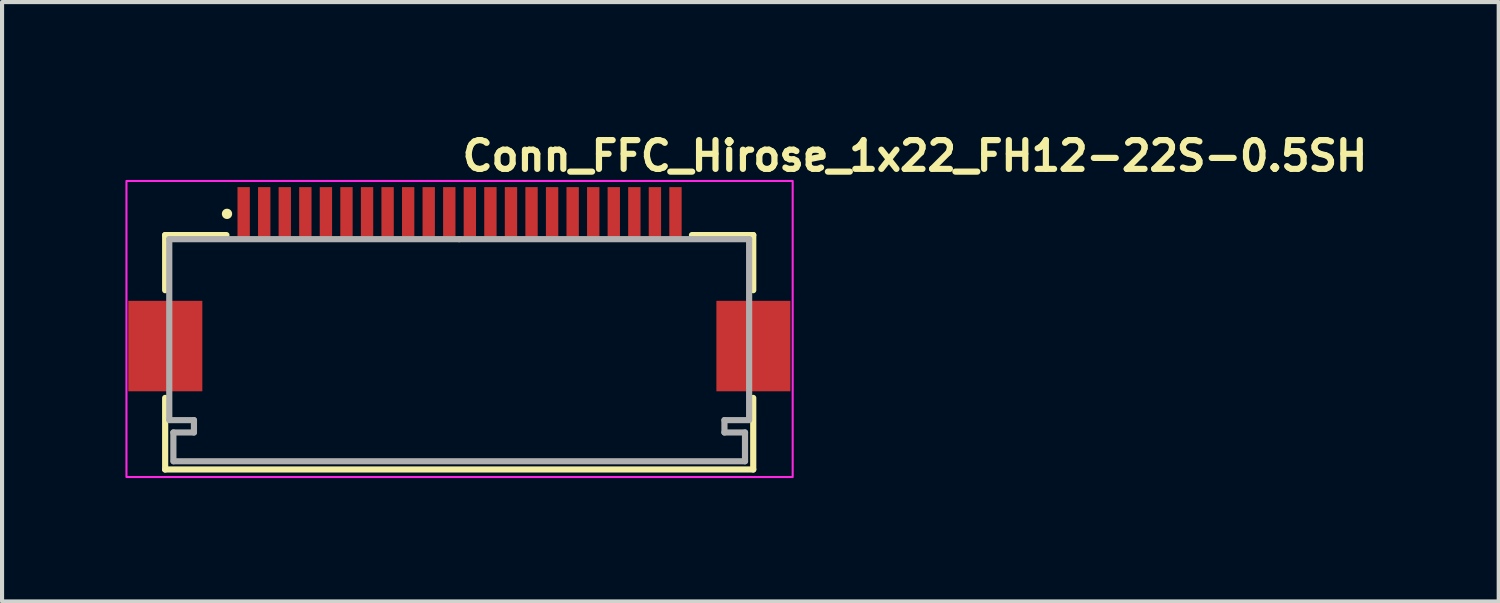
<source format=kicad_pcb>
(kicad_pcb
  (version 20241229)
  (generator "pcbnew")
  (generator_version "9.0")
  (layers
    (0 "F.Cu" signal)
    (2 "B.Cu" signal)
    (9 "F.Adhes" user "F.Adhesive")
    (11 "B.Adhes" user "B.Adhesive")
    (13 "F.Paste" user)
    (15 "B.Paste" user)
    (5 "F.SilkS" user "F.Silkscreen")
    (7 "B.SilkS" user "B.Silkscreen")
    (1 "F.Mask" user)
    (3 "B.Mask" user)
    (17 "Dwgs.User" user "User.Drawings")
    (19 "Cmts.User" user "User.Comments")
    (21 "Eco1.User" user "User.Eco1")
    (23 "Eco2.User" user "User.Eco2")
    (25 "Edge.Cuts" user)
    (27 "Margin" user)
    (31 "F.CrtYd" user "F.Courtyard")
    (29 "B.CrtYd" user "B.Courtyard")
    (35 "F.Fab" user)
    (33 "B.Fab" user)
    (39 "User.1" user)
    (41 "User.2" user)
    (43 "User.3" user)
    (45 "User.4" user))
  (footprint "Conn_FFC_Hirose_1x22_FH12-22S-0.5SH"
    (layer "F.Cu")
    (at 8.125 4.95)
    (property "Reference" "Conn_FFC_Hirose_1x22_FH12-22S-0.5SH" (at -0.009 -3.8 180) (layer "F.SilkS") (effects (font (size 0.7 0.7) (thickness 0.15)) (justify left bottom)))
    (attr smd)
    (fp_line (start -7.159 -2.284) (end -7.159 -0.944) (stroke (width 0.15) (type solid)) (layer "F.SilkS"))
    (fp_line (start -7.159 1.676) (end -7.159 3.416) (stroke (width 0.15) (type solid)) (layer "F.SilkS"))
    (fp_line (start -7.159 3.416) (end 7.141 3.416) (stroke (width 0.15) (type solid)) (layer "F.SilkS"))
    (fp_line (start -5.669 -2.284) (end -7.159 -2.284) (stroke (width 0.15) (type solid)) (layer "F.SilkS"))
    (fp_line (start 5.651 -2.284) (end 7.141 -2.284) (stroke (width 0.15) (type solid)) (layer "F.SilkS"))
    (fp_line (start 7.141 -2.284) (end 7.141 -0.944) (stroke (width 0.15) (type solid)) (layer "F.SilkS"))
    (fp_line (start 7.141 3.416) (end 7.141 1.676) (stroke (width 0.15) (type solid)) (layer "F.SilkS"))
    (fp_circle (center -5.655 -2.8) (end -5.605 -2.8) (stroke (width 0.15) (type solid)) (fill yes) (layer "F.SilkS"))
    (fp_rect (start -8.1 -3.6) (end 8.1 3.6) (stroke (width 0.05) (type solid)) (fill no) (layer "F.CrtYd"))
    (fp_line (start -7.059 -2.184) (end -7.059 2.2) (stroke (width 0.15) (type solid)) (layer "F.Fab"))
    (fp_line (start -7.059 2.216) (end -6.459 2.216) (stroke (width 0.15) (type solid)) (layer "F.Fab"))
    (fp_line (start -6.959 2.516) (end -6.959 3.216) (stroke (width 0.15) (type solid)) (layer "F.Fab"))
    (fp_line (start -6.459 2.216) (end -6.459 2.516) (stroke (width 0.15) (type solid)) (layer "F.Fab"))
    (fp_line (start -6.459 2.516) (end -6.959 2.516) (stroke (width 0.15) (type solid)) (layer "F.Fab"))
    (fp_line (start -0.009 -2.184) (end -7.059 -2.184) (stroke (width 0.15) (type solid)) (layer "F.Fab"))
    (fp_line (start -0.009 -2.184) (end 7.041 -2.184) (stroke (width 0.15) (type solid)) (layer "F.Fab"))
    (fp_line (start 6.441 2.216) (end 6.441 2.516) (stroke (width 0.15) (type solid)) (layer "F.Fab"))
    (fp_line (start 6.441 2.516) (end 6.941 2.516) (stroke (width 0.15) (type solid)) (layer "F.Fab"))
    (fp_line (start 6.941 2.516) (end 6.941 3.216) (stroke (width 0.15) (type solid)) (layer "F.Fab"))
    (fp_line (start 6.941 3.216) (end -6.95 3.216) (stroke (width 0.15) (type solid)) (layer "F.Fab"))
    (fp_line (start 7.041 -2.184) (end 7.041 2.2) (stroke (width 0.15) (type solid)) (layer "F.Fab"))
    (fp_line (start 7.041 2.216) (end 6.441 2.216) (stroke (width 0.15) (type solid)) (layer "F.Fab"))
    (fp_rect (start -7.55 -3.2) (end 7.55 3.2) (stroke (width 0.1) (type solid)) (fill no) (layer "User.5"))
    (fp_line (start -7.55 0.8) (end -7.55 -0.4) (stroke (width 0.02) (type solid)) (layer "User.9"))
    (fp_line (start -7.3 -0.4) (end -7.55 -0.4) (stroke (width 0.02) (type solid)) (layer "User.9"))
    (fp_line (start -7.3 -0.4) (end -6.7 -0.4) (stroke (width 0.02) (type solid)) (layer "User.9"))
    (fp_line (start -7.3 0.8) (end -7.55 0.8) (stroke (width 0.02) (type solid)) (layer "User.9"))
    (fp_line (start -7.3 0.8) (end -6.7 0.8) (stroke (width 0.02) (type solid)) (layer "User.9"))
    (fp_line (start -7.05 -2.4) (end -7.05 -0.5) (stroke (width 0.02) (type solid)) (layer "User.9"))
    (fp_line (start -7.05 -2.4) (end -5.85 -2.4) (stroke (width 0.02) (type solid)) (layer "User.9"))
    (fp_line (start -7.05 -0.4) (end -7.05 -0.5) (stroke (width 0.02) (type solid)) (layer "User.9"))
    (fp_line (start -7.05 2.2) (end -7.05 0.8) (stroke (width 0.02) (type solid)) (layer "User.9"))
    (fp_line (start -7.05 2.2) (end -6.65 2.2) (stroke (width 0.02) (type solid)) (layer "User.9"))
    (fp_line (start -6.85 3.2) (end -6.85 2.5) (stroke (width 0.02) (type solid)) (layer "User.9"))
    (fp_line (start -6.65 -0.5) (end -7.05 -0.5) (stroke (width 0.02) (type solid)) (layer "User.9"))
    (fp_line (start -6.65 -0.4) (end -6.65 -0.5) (stroke (width 0.02) (type solid)) (layer "User.9"))
    (fp_line (start -6.65 2.2) (end -6.65 0.8) (stroke (width 0.02) (type solid)) (layer "User.9"))
    (fp_line (start -6.65 2.2) (end -5.85 2.2) (stroke (width 0.02) (type solid)) (layer "User.9"))
    (fp_line (start -6.47 -0.4) (end -6.7 -0.4) (stroke (width 0.02) (type solid)) (layer "User.9"))
    (fp_line (start -6.47 0.8) (end -6.7 0.8) (stroke (width 0.02) (type solid)) (layer "User.9"))
    (fp_line (start -6.47 0.8) (end -6.47 -0.4) (stroke (width 0.02) (type solid)) (layer "User.9"))
    (fp_line (start -6.45 2.2) (end -6.45 2.3) (stroke (width 0.02) (type solid)) (layer "User.9"))
    (fp_line (start -6.45 2.3) (end -5.785 2.3) (stroke (width 0.02) (type solid)) (layer "User.9"))
    (fp_line (start -6.45 2.5) (end -6.45 2.3) (stroke (width 0.02) (type solid)) (layer "User.9"))
    (fp_line (start -5.85 -2.4) (end -5.45 -2.4) (stroke (width 0.02) (type solid)) (layer "User.9"))
    (fp_line (start -5.85 2.2) (end -5.85 -2.4) (stroke (width 0.02) (type solid)) (layer "User.9"))
    (fp_line (start -5.785 2.3) (end -5.785 2.5) (stroke (width 0.02) (type solid)) (layer "User.9"))
    (fp_line (start -5.785 2.5) (end -6.85 2.5) (stroke (width 0.02) (type solid)) (layer "User.9"))
    (fp_line (start -5.785 3.2) (end -6.85 3.2) (stroke (width 0.02) (type solid)) (layer "User.9"))
    (fp_line (start -5.785 3.2) (end -5.785 2.5) (stroke (width 0.02) (type solid)) (layer "User.9"))
    (fp_line (start -5.672 2.3) (end -5.785 2.3) (stroke (width 0.02) (type solid)) (layer "User.9"))
    (fp_line (start -5.672 2.3) (end -5.672 2.2) (stroke (width 0.02) (type solid)) (layer "User.9"))
    (fp_line (start -5.45 -2.4) (end -5.35 -2.205) (stroke (width 0.02) (type solid)) (layer "User.9"))
    (fp_line (start -5.35 -3.1) (end -5.35 -3.2) (stroke (width 0.02) (type solid)) (layer "User.9"))
    (fp_line (start -5.35 -2.8) (end -5.35 -3.1) (stroke (width 0.02) (type solid)) (layer "User.9"))
    (fp_line (start -5.35 -2.709) (end -5.35 -2.8) (stroke (width 0.02) (type solid)) (layer "User.9"))
    (fp_line (start -5.35 -2.6) (end -5.35 -2.709) (stroke (width 0.02) (type solid)) (layer "User.9"))
    (fp_line (start -5.35 -2.4) (end -5.35 -2.6) (stroke (width 0.02) (type solid)) (layer "User.9"))
    (fp_line (start -5.35 -2.205) (end -5.35 -2.4) (stroke (width 0.02) (type solid)) (layer "User.9"))
    (fp_line (start -5.35 -2.2) (end -5.35 -2.205) (stroke (width 0.02) (type solid)) (layer "User.9"))
    (fp_line (start -5.35 -2.2) (end 5.348 -2.2) (stroke (width 0.02) (type solid)) (layer "User.9"))
    (fp_line (start -5.35 2.2) (end -5.35 3.2) (stroke (width 0.02) (type solid)) (layer "User.9"))
    (fp_line (start -5.35 3.2) (end -5.785 3.2) (stroke (width 0.02) (type solid)) (layer "User.9"))
    (fp_line (start -5.15 -3.2) (end -5.35 -3.2) (stroke (width 0.02) (type solid)) (layer "User.9"))
    (fp_line (start -5.15 -3.1) (end -5.15 -3.2) (stroke (width 0.02) (type solid)) (layer "User.9"))
    (fp_line (start -5.15 -3.1) (end -5.15 -2.8) (stroke (width 0.02) (type solid)) (layer "User.9"))
    (fp_line (start -5.15 -2.709) (end -5.15 -2.8) (stroke (width 0.02) (type solid)) (layer "User.9"))
    (fp_line (start -5.15 -2.709) (end -5.15 -2.6) (stroke (width 0.02) (type solid)) (layer "User.9"))
    (fp_line (start -5.15 -2.6) (end -5.35 -2.6) (stroke (width 0.02) (type solid)) (layer "User.9"))
    (fp_line (start -5.15 -2.6) (end -5.15 -2.4) (stroke (width 0.02) (type solid)) (layer "User.9"))
    (fp_line (start -5.15 -2.4) (end -5.35 -2.4) (stroke (width 0.02) (type solid)) (layer "User.9"))
    (fp_line (start -5.15 -2.4) (end -5.15 -2.2) (stroke (width 0.02) (type solid)) (layer "User.9"))
    (fp_line (start -5.05 -2.4) (end -5.15 -2.205) (stroke (width 0.02) (type solid)) (layer "User.9"))
    (fp_line (start -4.95 -2.4) (end -5.05 -2.4) (stroke (width 0.02) (type solid)) (layer "User.9"))
    (fp_line (start -4.95 -2.4) (end -4.85 -2.205) (stroke (width 0.02) (type solid)) (layer "User.9"))
    (fp_line (start -4.85 -3.1) (end -4.85 -3.2) (stroke (width 0.02) (type solid)) (layer "User.9"))
    (fp_line (start -4.85 -2.8) (end -4.85 -3.1) (stroke (width 0.02) (type solid)) (layer "User.9"))
    (fp_line (start -4.85 -2.709) (end -4.85 -2.8) (stroke (width 0.02) (type solid)) (layer "User.9"))
    (fp_line (start -4.85 -2.6) (end -4.85 -2.709) (stroke (width 0.02) (type solid)) (layer "User.9"))
    (fp_line (start -4.85 -2.4) (end -4.85 -2.6) (stroke (width 0.02) (type solid)) (layer "User.9"))
    (fp_line (start -4.85 -2.2) (end -4.85 -2.4) (stroke (width 0.02) (type solid)) (layer "User.9"))
    (fp_line (start -4.65 -3.2) (end -4.85 -3.2) (stroke (width 0.02) (type solid)) (layer "User.9"))
    (fp_line (start -4.65 -3.1) (end -4.65 -3.2) (stroke (width 0.02) (type solid)) (layer "User.9"))
    (fp_line (start -4.65 -3.1) (end -4.65 -2.8) (stroke (width 0.02) (type solid)) (layer "User.9"))
    (fp_line (start -4.65 -2.709) (end -4.65 -2.8) (stroke (width 0.02) (type solid)) (layer "User.9"))
    (fp_line (start -4.65 -2.709) (end -4.65 -2.6) (stroke (width 0.02) (type solid)) (layer "User.9"))
    (fp_line (start -4.65 -2.6) (end -4.85 -2.6) (stroke (width 0.02) (type solid)) (layer "User.9"))
    (fp_line (start -4.65 -2.6) (end -4.65 -2.4) (stroke (width 0.02) (type solid)) (layer "User.9"))
    (fp_line (start -4.65 -2.4) (end -4.85 -2.4) (stroke (width 0.02) (type solid)) (layer "User.9"))
    (fp_line (start -4.65 -2.4) (end -4.65 -2.2) (stroke (width 0.02) (type solid)) (layer "User.9"))
    (fp_line (start -4.55 -2.4) (end -4.65 -2.205) (stroke (width 0.02) (type solid)) (layer "User.9"))
    (fp_line (start -4.45 -2.4) (end -4.55 -2.4) (stroke (width 0.02) (type solid)) (layer "User.9"))
    (fp_line (start -4.45 -2.4) (end -4.35 -2.205) (stroke (width 0.02) (type solid)) (layer "User.9"))
    (fp_line (start -4.35 -3.1) (end -4.35 -3.2) (stroke (width 0.02) (type solid)) (layer "User.9"))
    (fp_line (start -4.35 -3.1) (end -4.35 -2.8) (stroke (width 0.02) (type solid)) (layer "User.9"))
    (fp_line (start -4.35 -2.709) (end -4.35 -2.8) (stroke (width 0.02) (type solid)) (layer "User.9"))
    (fp_line (start -4.35 -2.709) (end -4.35 -2.6) (stroke (width 0.02) (type solid)) (layer "User.9"))
    (fp_line (start -4.35 -2.6) (end -4.35 -2.4) (stroke (width 0.02) (type solid)) (layer "User.9"))
    (fp_line (start -4.35 -2.4) (end -4.35 -2.2) (stroke (width 0.02) (type solid)) (layer "User.9"))
    (fp_line (start -4.15 -3.2) (end -4.35 -3.2) (stroke (width 0.02) (type solid)) (layer "User.9"))
    (fp_line (start -4.15 -3.1) (end -4.15 -3.2) (stroke (width 0.02) (type solid)) (layer "User.9"))
    (fp_line (start -4.15 -3.1) (end -4.15 -2.8) (stroke (width 0.02) (type solid)) (layer "User.9"))
    (fp_line (start -4.15 -2.709) (end -4.15 -2.8) (stroke (width 0.02) (type solid)) (layer "User.9"))
    (fp_line (start -4.15 -2.709) (end -4.15 -2.6) (stroke (width 0.02) (type solid)) (layer "User.9"))
    (fp_line (start -4.15 -2.6) (end -4.35 -2.6) (stroke (width 0.02) (type solid)) (layer "User.9"))
    (fp_line (start -4.15 -2.6) (end -4.15 -2.4) (stroke (width 0.02) (type solid)) (layer "User.9"))
    (fp_line (start -4.15 -2.4) (end -4.35 -2.4) (stroke (width 0.02) (type solid)) (layer "User.9"))
    (fp_line (start -4.15 -2.4) (end -4.15 -2.2) (stroke (width 0.02) (type solid)) (layer "User.9"))
    (fp_line (start -4.05 -2.4) (end -4.15 -2.205) (stroke (width 0.02) (type solid)) (layer "User.9"))
    (fp_line (start -3.95 -2.4) (end -4.05 -2.4) (stroke (width 0.02) (type solid)) (layer "User.9"))
    (fp_line (start -3.95 -2.4) (end -3.85 -2.205) (stroke (width 0.02) (type solid)) (layer "User.9"))
    (fp_line (start -3.85 -3.1) (end -3.85 -3.2) (stroke (width 0.02) (type solid)) (layer "User.9"))
    (fp_line (start -3.85 -3.1) (end -3.85 -2.8) (stroke (width 0.02) (type solid)) (layer "User.9"))
    (fp_line (start -3.85 -2.709) (end -3.85 -2.8) (stroke (width 0.02) (type solid)) (layer "User.9"))
    (fp_line (start -3.85 -2.709) (end -3.85 -2.6) (stroke (width 0.02) (type solid)) (layer "User.9"))
    (fp_line (start -3.85 -2.6) (end -3.85 -2.4) (stroke (width 0.02) (type solid)) (layer "User.9"))
    (fp_line (start -3.85 -2.4) (end -3.85 -2.2) (stroke (width 0.02) (type solid)) (layer "User.9"))
    (fp_line (start -3.65 -3.2) (end -3.85 -3.2) (stroke (width 0.02) (type solid)) (layer "User.9"))
    (fp_line (start -3.65 -3.1) (end -3.65 -3.2) (stroke (width 0.02) (type solid)) (layer "User.9"))
    (fp_line (start -3.65 -3.1) (end -3.65 -2.8) (stroke (width 0.02) (type solid)) (layer "User.9"))
    (fp_line (start -3.65 -2.709) (end -3.65 -2.8) (stroke (width 0.02) (type solid)) (layer "User.9"))
    (fp_line (start -3.65 -2.709) (end -3.65 -2.6) (stroke (width 0.02) (type solid)) (layer "User.9"))
    (fp_line (start -3.65 -2.6) (end -3.85 -2.6) (stroke (width 0.02) (type solid)) (layer "User.9"))
    (fp_line (start -3.65 -2.6) (end -3.65 -2.4) (stroke (width 0.02) (type solid)) (layer "User.9"))
    (fp_line (start -3.65 -2.4) (end -3.85 -2.4) (stroke (width 0.02) (type solid)) (layer "User.9"))
    (fp_line (start -3.65 -2.4) (end -3.65 -2.2) (stroke (width 0.02) (type solid)) (layer "User.9"))
    (fp_line (start -3.55 -2.4) (end -3.65 -2.205) (stroke (width 0.02) (type solid)) (layer "User.9"))
    (fp_line (start -3.45 -2.4) (end -3.55 -2.4) (stroke (width 0.02) (type solid)) (layer "User.9"))
    (fp_line (start -3.45 -2.4) (end -3.35 -2.205) (stroke (width 0.02) (type solid)) (layer "User.9"))
    (fp_line (start -3.35 -3.1) (end -3.35 -3.2) (stroke (width 0.02) (type solid)) (layer "User.9"))
    (fp_line (start -3.35 -3.1) (end -3.35 -2.8) (stroke (width 0.02) (type solid)) (layer "User.9"))
    (fp_line (start -3.35 -2.709) (end -3.35 -2.8) (stroke (width 0.02) (type solid)) (layer "User.9"))
    (fp_line (start -3.35 -2.709) (end -3.35 -2.6) (stroke (width 0.02) (type solid)) (layer "User.9"))
    (fp_line (start -3.35 -2.6) (end -3.35 -2.4) (stroke (width 0.02) (type solid)) (layer "User.9"))
    (fp_line (start -3.35 -2.4) (end -3.35 -2.2) (stroke (width 0.02) (type solid)) (layer "User.9"))
    (fp_line (start -3.15 -3.2) (end -3.35 -3.2) (stroke (width 0.02) (type solid)) (layer "User.9"))
    (fp_line (start -3.15 -3.1) (end -3.15 -3.2) (stroke (width 0.02) (type solid)) (layer "User.9"))
    (fp_line (start -3.15 -3.1) (end -3.15 -2.8) (stroke (width 0.02) (type solid)) (layer "User.9"))
    (fp_line (start -3.15 -2.709) (end -3.15 -2.8) (stroke (width 0.02) (type solid)) (layer "User.9"))
    (fp_line (start -3.15 -2.709) (end -3.15 -2.6) (stroke (width 0.02) (type solid)) (layer "User.9"))
    (fp_line (start -3.15 -2.6) (end -3.35 -2.6) (stroke (width 0.02) (type solid)) (layer "User.9"))
    (fp_line (start -3.15 -2.6) (end -3.15 -2.4) (stroke (width 0.02) (type solid)) (layer "User.9"))
    (fp_line (start -3.15 -2.4) (end -3.35 -2.4) (stroke (width 0.02) (type solid)) (layer "User.9"))
    (fp_line (start -3.15 -2.4) (end -3.15 -2.2) (stroke (width 0.02) (type solid)) (layer "User.9"))
    (fp_line (start -3.05 -2.4) (end -3.15 -2.205) (stroke (width 0.02) (type solid)) (layer "User.9"))
    (fp_line (start -2.95 -2.4) (end -3.05 -2.4) (stroke (width 0.02) (type solid)) (layer "User.9"))
    (fp_line (start -2.95 -2.4) (end -2.85 -2.205) (stroke (width 0.02) (type solid)) (layer "User.9"))
    (fp_line (start -2.85 -3.1) (end -2.85 -3.2) (stroke (width 0.02) (type solid)) (layer "User.9"))
    (fp_line (start -2.85 -3.1) (end -2.85 -2.8) (stroke (width 0.02) (type solid)) (layer "User.9"))
    (fp_line (start -2.85 -2.709) (end -2.85 -2.8) (stroke (width 0.02) (type solid)) (layer "User.9"))
    (fp_line (start -2.85 -2.709) (end -2.85 -2.6) (stroke (width 0.02) (type solid)) (layer "User.9"))
    (fp_line (start -2.85 -2.6) (end -2.85 -2.4) (stroke (width 0.02) (type solid)) (layer "User.9"))
    (fp_line (start -2.85 -2.4) (end -2.85 -2.2) (stroke (width 0.02) (type solid)) (layer "User.9"))
    (fp_line (start -2.65 -3.2) (end -2.85 -3.2) (stroke (width 0.02) (type solid)) (layer "User.9"))
    (fp_line (start -2.65 -3.1) (end -2.65 -3.2) (stroke (width 0.02) (type solid)) (layer "User.9"))
    (fp_line (start -2.65 -3.1) (end -2.65 -2.8) (stroke (width 0.02) (type solid)) (layer "User.9"))
    (fp_line (start -2.65 -2.709) (end -2.65 -2.8) (stroke (width 0.02) (type solid)) (layer "User.9"))
    (fp_line (start -2.65 -2.709) (end -2.65 -2.6) (stroke (width 0.02) (type solid)) (layer "User.9"))
    (fp_line (start -2.65 -2.6) (end -2.85 -2.6) (stroke (width 0.02) (type solid)) (layer "User.9"))
    (fp_line (start -2.65 -2.6) (end -2.65 -2.4) (stroke (width 0.02) (type solid)) (layer "User.9"))
    (fp_line (start -2.65 -2.4) (end -2.85 -2.4) (stroke (width 0.02) (type solid)) (layer "User.9"))
    (fp_line (start -2.65 -2.4) (end -2.65 -2.2) (stroke (width 0.02) (type solid)) (layer "User.9"))
    (fp_line (start -2.55 -2.4) (end -2.65 -2.205) (stroke (width 0.02) (type solid)) (layer "User.9"))
    (fp_line (start -2.45 -2.4) (end -2.55 -2.4) (stroke (width 0.02) (type solid)) (layer "User.9"))
    (fp_line (start -2.45 -2.4) (end -2.35 -2.205) (stroke (width 0.02) (type solid)) (layer "User.9"))
    (fp_line (start -2.35 -3.1) (end -2.35 -3.2) (stroke (width 0.02) (type solid)) (layer "User.9"))
    (fp_line (start -2.35 -3.1) (end -2.35 -2.8) (stroke (width 0.02) (type solid)) (layer "User.9"))
    (fp_line (start -2.35 -2.709) (end -2.35 -2.8) (stroke (width 0.02) (type solid)) (layer "User.9"))
    (fp_line (start -2.35 -2.709) (end -2.35 -2.6) (stroke (width 0.02) (type solid)) (layer "User.9"))
    (fp_line (start -2.35 -2.6) (end -2.35 -2.4) (stroke (width 0.02) (type solid)) (layer "User.9"))
    (fp_line (start -2.35 -2.4) (end -2.35 -2.2) (stroke (width 0.02) (type solid)) (layer "User.9"))
    (fp_line (start -2.15 -3.2) (end -2.35 -3.2) (stroke (width 0.02) (type solid)) (layer "User.9"))
    (fp_line (start -2.15 -3.1) (end -2.15 -3.2) (stroke (width 0.02) (type solid)) (layer "User.9"))
    (fp_line (start -2.15 -3.1) (end -2.15 -2.8) (stroke (width 0.02) (type solid)) (layer "User.9"))
    (fp_line (start -2.15 -2.709) (end -2.15 -2.8) (stroke (width 0.02) (type solid)) (layer "User.9"))
    (fp_line (start -2.15 -2.709) (end -2.15 -2.6) (stroke (width 0.02) (type solid)) (layer "User.9"))
    (fp_line (start -2.15 -2.6) (end -2.35 -2.6) (stroke (width 0.02) (type solid)) (layer "User.9"))
    (fp_line (start -2.15 -2.6) (end -2.15 -2.4) (stroke (width 0.02) (type solid)) (layer "User.9"))
    (fp_line (start -2.15 -2.4) (end -2.35 -2.4) (stroke (width 0.02) (type solid)) (layer "User.9"))
    (fp_line (start -2.15 -2.4) (end -2.15 -2.2) (stroke (width 0.02) (type solid)) (layer "User.9"))
    (fp_line (start -2.05 -2.4) (end -2.15 -2.205) (stroke (width 0.02) (type solid)) (layer "User.9"))
    (fp_line (start -1.95 -2.4) (end -2.05 -2.4) (stroke (width 0.02) (type solid)) (layer "User.9"))
    (fp_line (start -1.95 -2.4) (end -1.85 -2.205) (stroke (width 0.02) (type solid)) (layer "User.9"))
    (fp_line (start -1.85 -3.1) (end -1.85 -3.2) (stroke (width 0.02) (type solid)) (layer "User.9"))
    (fp_line (start -1.85 -3.1) (end -1.85 -2.8) (stroke (width 0.02) (type solid)) (layer "User.9"))
    (fp_line (start -1.85 -2.709) (end -1.85 -2.8) (stroke (width 0.02) (type solid)) (layer "User.9"))
    (fp_line (start -1.85 -2.709) (end -1.85 -2.6) (stroke (width 0.02) (type solid)) (layer "User.9"))
    (fp_line (start -1.85 -2.6) (end -1.85 -2.4) (stroke (width 0.02) (type solid)) (layer "User.9"))
    (fp_line (start -1.85 -2.4) (end -1.85 -2.2) (stroke (width 0.02) (type solid)) (layer "User.9"))
    (fp_line (start -1.65 -3.2) (end -1.85 -3.2) (stroke (width 0.02) (type solid)) (layer "User.9"))
    (fp_line (start -1.65 -3.1) (end -1.65 -3.2) (stroke (width 0.02) (type solid)) (layer "User.9"))
    (fp_line (start -1.65 -3.1) (end -1.65 -2.8) (stroke (width 0.02) (type solid)) (layer "User.9"))
    (fp_line (start -1.65 -2.709) (end -1.65 -2.8) (stroke (width 0.02) (type solid)) (layer "User.9"))
    (fp_line (start -1.65 -2.709) (end -1.65 -2.6) (stroke (width 0.02) (type solid)) (layer "User.9"))
    (fp_line (start -1.65 -2.6) (end -1.85 -2.6) (stroke (width 0.02) (type solid)) (layer "User.9"))
    (fp_line (start -1.65 -2.6) (end -1.65 -2.4) (stroke (width 0.02) (type solid)) (layer "User.9"))
    (fp_line (start -1.65 -2.4) (end -1.85 -2.4) (stroke (width 0.02) (type solid)) (layer "User.9"))
    (fp_line (start -1.65 -2.4) (end -1.65 -2.2) (stroke (width 0.02) (type solid)) (layer "User.9"))
    (fp_line (start -1.55 -2.4) (end -1.65 -2.205) (stroke (width 0.02) (type solid)) (layer "User.9"))
    (fp_line (start -1.45 -2.4) (end -1.55 -2.4) (stroke (width 0.02) (type solid)) (layer "User.9"))
    (fp_line (start -1.45 -2.4) (end -1.35 -2.205) (stroke (width 0.02) (type solid)) (layer "User.9"))
    (fp_line (start -1.35 -3.1) (end -1.35 -3.2) (stroke (width 0.02) (type solid)) (layer "User.9"))
    (fp_line (start -1.35 -3.1) (end -1.35 -2.8) (stroke (width 0.02) (type solid)) (layer "User.9"))
    (fp_line (start -1.35 -2.709) (end -1.35 -2.8) (stroke (width 0.02) (type solid)) (layer "User.9"))
    (fp_line (start -1.35 -2.709) (end -1.35 -2.6) (stroke (width 0.02) (type solid)) (layer "User.9"))
    (fp_line (start -1.35 -2.6) (end -1.35 -2.4) (stroke (width 0.02) (type solid)) (layer "User.9"))
    (fp_line (start -1.35 -2.4) (end -1.35 -2.2) (stroke (width 0.02) (type solid)) (layer "User.9"))
    (fp_line (start -1.15 -3.2) (end -1.35 -3.2) (stroke (width 0.02) (type solid)) (layer "User.9"))
    (fp_line (start -1.15 -3.1) (end -1.15 -3.2) (stroke (width 0.02) (type solid)) (layer "User.9"))
    (fp_line (start -1.15 -3.1) (end -1.15 -2.8) (stroke (width 0.02) (type solid)) (layer "User.9"))
    (fp_line (start -1.15 -2.709) (end -1.15 -2.8) (stroke (width 0.02) (type solid)) (layer "User.9"))
    (fp_line (start -1.15 -2.709) (end -1.15 -2.6) (stroke (width 0.02) (type solid)) (layer "User.9"))
    (fp_line (start -1.15 -2.6) (end -1.35 -2.6) (stroke (width 0.02) (type solid)) (layer "User.9"))
    (fp_line (start -1.15 -2.6) (end -1.15 -2.4) (stroke (width 0.02) (type solid)) (layer "User.9"))
    (fp_line (start -1.15 -2.4) (end -1.35 -2.4) (stroke (width 0.02) (type solid)) (layer "User.9"))
    (fp_line (start -1.15 -2.4) (end -1.15 -2.2) (stroke (width 0.02) (type solid)) (layer "User.9"))
    (fp_line (start -1.05 -2.4) (end -1.15 -2.205) (stroke (width 0.02) (type solid)) (layer "User.9"))
    (fp_line (start -0.95 -2.4) (end -1.05 -2.4) (stroke (width 0.02) (type solid)) (layer "User.9"))
    (fp_line (start -0.95 -2.4) (end -0.85 -2.205) (stroke (width 0.02) (type solid)) (layer "User.9"))
    (fp_line (start -0.85 -3.1) (end -0.85 -3.2) (stroke (width 0.02) (type solid)) (layer "User.9"))
    (fp_line (start -0.85 -3.1) (end -0.85 -2.8) (stroke (width 0.02) (type solid)) (layer "User.9"))
    (fp_line (start -0.85 -2.709) (end -0.85 -2.8) (stroke (width 0.02) (type solid)) (layer "User.9"))
    (fp_line (start -0.85 -2.709) (end -0.85 -2.6) (stroke (width 0.02) (type solid)) (layer "User.9"))
    (fp_line (start -0.85 -2.6) (end -0.85 -2.4) (stroke (width 0.02) (type solid)) (layer "User.9"))
    (fp_line (start -0.85 -2.4) (end -0.85 -2.2) (stroke (width 0.02) (type solid)) (layer "User.9"))
    (fp_line (start -0.65 -3.2) (end -0.85 -3.2) (stroke (width 0.02) (type solid)) (layer "User.9"))
    (fp_line (start -0.65 -3.1) (end -0.65 -3.2) (stroke (width 0.02) (type solid)) (layer "User.9"))
    (fp_line (start -0.65 -3.1) (end -0.65 -2.8) (stroke (width 0.02) (type solid)) (layer "User.9"))
    (fp_line (start -0.65 -2.709) (end -0.65 -2.8) (stroke (width 0.02) (type solid)) (layer "User.9"))
    (fp_line (start -0.65 -2.709) (end -0.65 -2.6) (stroke (width 0.02) (type solid)) (layer "User.9"))
    (fp_line (start -0.65 -2.6) (end -0.85 -2.6) (stroke (width 0.02) (type solid)) (layer "User.9"))
    (fp_line (start -0.65 -2.6) (end -0.65 -2.4) (stroke (width 0.02) (type solid)) (layer "User.9"))
    (fp_line (start -0.65 -2.4) (end -0.85 -2.4) (stroke (width 0.02) (type solid)) (layer "User.9"))
    (fp_line (start -0.65 -2.4) (end -0.65 -2.2) (stroke (width 0.02) (type solid)) (layer "User.9"))
    (fp_line (start -0.55 -2.4) (end -0.65 -2.205) (stroke (width 0.02) (type solid)) (layer "User.9"))
    (fp_line (start -0.45 -2.4) (end -0.55 -2.4) (stroke (width 0.02) (type solid)) (layer "User.9"))
    (fp_line (start -0.45 -2.4) (end -0.35 -2.205) (stroke (width 0.02) (type solid)) (layer "User.9"))
    (fp_line (start -0.35 -3.1) (end -0.35 -3.2) (stroke (width 0.02) (type solid)) (layer "User.9"))
    (fp_line (start -0.35 -3.1) (end -0.35 -2.8) (stroke (width 0.02) (type solid)) (layer "User.9"))
    (fp_line (start -0.35 -2.709) (end -0.35 -2.8) (stroke (width 0.02) (type solid)) (layer "User.9"))
    (fp_line (start -0.35 -2.709) (end -0.35 -2.6) (stroke (width 0.02) (type solid)) (layer "User.9"))
    (fp_line (start -0.35 -2.6) (end -0.35 -2.4) (stroke (width 0.02) (type solid)) (layer "User.9"))
    (fp_line (start -0.35 -2.4) (end -0.35 -2.2) (stroke (width 0.02) (type solid)) (layer "User.9"))
    (fp_line (start -0.15 -3.2) (end -0.35 -3.2) (stroke (width 0.02) (type solid)) (layer "User.9"))
    (fp_line (start -0.15 -3.1) (end -0.15 -3.2) (stroke (width 0.02) (type solid)) (layer "User.9"))
    (fp_line (start -0.15 -3.1) (end -0.15 -2.8) (stroke (width 0.02) (type solid)) (layer "User.9"))
    (fp_line (start -0.15 -2.709) (end -0.15 -2.8) (stroke (width 0.02) (type solid)) (layer "User.9"))
    (fp_line (start -0.15 -2.709) (end -0.15 -2.6) (stroke (width 0.02) (type solid)) (layer "User.9"))
    (fp_line (start -0.15 -2.6) (end -0.35 -2.6) (stroke (width 0.02) (type solid)) (layer "User.9"))
    (fp_line (start -0.15 -2.6) (end -0.15 -2.4) (stroke (width 0.02) (type solid)) (layer "User.9"))
    (fp_line (start -0.15 -2.4) (end -0.35 -2.4) (stroke (width 0.02) (type solid)) (layer "User.9"))
    (fp_line (start -0.15 -2.4) (end -0.15 -2.2) (stroke (width 0.02) (type solid)) (layer "User.9"))
    (fp_line (start -0.05 -2.4) (end -0.15 -2.205) (stroke (width 0.02) (type solid)) (layer "User.9"))
    (fp_line (start 0.05 -2.4) (end -0.05 -2.4) (stroke (width 0.02) (type solid)) (layer "User.9"))
    (fp_line (start 0.05 -2.4) (end 0.15 -2.205) (stroke (width 0.02) (type solid)) (layer "User.9"))
    (fp_line (start 0.15 -3.1) (end 0.15 -3.2) (stroke (width 0.02) (type solid)) (layer "User.9"))
    (fp_line (start 0.15 -3.1) (end 0.15 -2.8) (stroke (width 0.02) (type solid)) (layer "User.9"))
    (fp_line (start 0.15 -2.709) (end 0.15 -2.8) (stroke (width 0.02) (type solid)) (layer "User.9"))
    (fp_line (start 0.15 -2.709) (end 0.15 -2.6) (stroke (width 0.02) (type solid)) (layer "User.9"))
    (fp_line (start 0.15 -2.6) (end 0.15 -2.4) (stroke (width 0.02) (type solid)) (layer "User.9"))
    (fp_line (start 0.15 -2.4) (end 0.15 -2.2) (stroke (width 0.02) (type solid)) (layer "User.9"))
    (fp_line (start 0.35 -3.2) (end 0.15 -3.2) (stroke (width 0.02) (type solid)) (layer "User.9"))
    (fp_line (start 0.35 -3.1) (end 0.35 -3.2) (stroke (width 0.02) (type solid)) (layer "User.9"))
    (fp_line (start 0.35 -3.1) (end 0.35 -2.8) (stroke (width 0.02) (type solid)) (layer "User.9"))
    (fp_line (start 0.35 -2.709) (end 0.35 -2.8) (stroke (width 0.02) (type solid)) (layer "User.9"))
    (fp_line (start 0.35 -2.709) (end 0.35 -2.6) (stroke (width 0.02) (type solid)) (layer "User.9"))
    (fp_line (start 0.35 -2.6) (end 0.15 -2.6) (stroke (width 0.02) (type solid)) (layer "User.9"))
    (fp_line (start 0.35 -2.6) (end 0.35 -2.4) (stroke (width 0.02) (type solid)) (layer "User.9"))
    (fp_line (start 0.35 -2.4) (end 0.15 -2.4) (stroke (width 0.02) (type solid)) (layer "User.9"))
    (fp_line (start 0.35 -2.4) (end 0.35 -2.2) (stroke (width 0.02) (type solid)) (layer "User.9"))
    (fp_line (start 0.45 -2.4) (end 0.35 -2.205) (stroke (width 0.02) (type solid)) (layer "User.9"))
    (fp_line (start 0.55 -2.4) (end 0.45 -2.4) (stroke (width 0.02) (type solid)) (layer "User.9"))
    (fp_line (start 0.55 -2.4) (end 0.65 -2.205) (stroke (width 0.02) (type solid)) (layer "User.9"))
    (fp_line (start 0.65 -3.1) (end 0.65 -3.2) (stroke (width 0.02) (type solid)) (layer "User.9"))
    (fp_line (start 0.65 -3.1) (end 0.65 -2.8) (stroke (width 0.02) (type solid)) (layer "User.9"))
    (fp_line (start 0.65 -2.709) (end 0.65 -2.8) (stroke (width 0.02) (type solid)) (layer "User.9"))
    (fp_line (start 0.65 -2.709) (end 0.65 -2.6) (stroke (width 0.02) (type solid)) (layer "User.9"))
    (fp_line (start 0.65 -2.6) (end 0.65 -2.4) (stroke (width 0.02) (type solid)) (layer "User.9"))
    (fp_line (start 0.65 -2.4) (end 0.65 -2.2) (stroke (width 0.02) (type solid)) (layer "User.9"))
    (fp_line (start 0.85 -3.2) (end 0.65 -3.2) (stroke (width 0.02) (type solid)) (layer "User.9"))
    (fp_line (start 0.85 -3.1) (end 0.85 -3.2) (stroke (width 0.02) (type solid)) (layer "User.9"))
    (fp_line (start 0.85 -3.1) (end 0.85 -2.8) (stroke (width 0.02) (type solid)) (layer "User.9"))
    (fp_line (start 0.85 -2.709) (end 0.85 -2.8) (stroke (width 0.02) (type solid)) (layer "User.9"))
    (fp_line (start 0.85 -2.709) (end 0.85 -2.6) (stroke (width 0.02) (type solid)) (layer "User.9"))
    (fp_line (start 0.85 -2.6) (end 0.65 -2.6) (stroke (width 0.02) (type solid)) (layer "User.9"))
    (fp_line (start 0.85 -2.6) (end 0.85 -2.4) (stroke (width 0.02) (type solid)) (layer "User.9"))
    (fp_line (start 0.85 -2.4) (end 0.65 -2.4) (stroke (width 0.02) (type solid)) (layer "User.9"))
    (fp_line (start 0.85 -2.4) (end 0.85 -2.2) (stroke (width 0.02) (type solid)) (layer "User.9"))
    (fp_line (start 0.95 -2.4) (end 0.85 -2.205) (stroke (width 0.02) (type solid)) (layer "User.9"))
    (fp_line (start 1.05 -2.4) (end 0.95 -2.4) (stroke (width 0.02) (type solid)) (layer "User.9"))
    (fp_line (start 1.05 -2.4) (end 1.15 -2.205) (stroke (width 0.02) (type solid)) (layer "User.9"))
    (fp_line (start 1.15 -3.1) (end 1.15 -3.2) (stroke (width 0.02) (type solid)) (layer "User.9"))
    (fp_line (start 1.15 -3.1) (end 1.15 -2.8) (stroke (width 0.02) (type solid)) (layer "User.9"))
    (fp_line (start 1.15 -2.709) (end 1.15 -2.8) (stroke (width 0.02) (type solid)) (layer "User.9"))
    (fp_line (start 1.15 -2.709) (end 1.15 -2.6) (stroke (width 0.02) (type solid)) (layer "User.9"))
    (fp_line (start 1.15 -2.6) (end 1.15 -2.4) (stroke (width 0.02) (type solid)) (layer "User.9"))
    (fp_line (start 1.15 -2.4) (end 1.15 -2.2) (stroke (width 0.02) (type solid)) (layer "User.9"))
    (fp_line (start 1.35 -3.2) (end 1.15 -3.2) (stroke (width 0.02) (type solid)) (layer "User.9"))
    (fp_line (start 1.35 -3.1) (end 1.35 -3.2) (stroke (width 0.02) (type solid)) (layer "User.9"))
    (fp_line (start 1.35 -3.1) (end 1.35 -2.8) (stroke (width 0.02) (type solid)) (layer "User.9"))
    (fp_line (start 1.35 -2.709) (end 1.35 -2.8) (stroke (width 0.02) (type solid)) (layer "User.9"))
    (fp_line (start 1.35 -2.709) (end 1.35 -2.6) (stroke (width 0.02) (type solid)) (layer "User.9"))
    (fp_line (start 1.35 -2.6) (end 1.15 -2.6) (stroke (width 0.02) (type solid)) (layer "User.9"))
    (fp_line (start 1.35 -2.6) (end 1.35 -2.4) (stroke (width 0.02) (type solid)) (layer "User.9"))
    (fp_line (start 1.35 -2.4) (end 1.15 -2.4) (stroke (width 0.02) (type solid)) (layer "User.9"))
    (fp_line (start 1.35 -2.4) (end 1.35 -2.2) (stroke (width 0.02) (type solid)) (layer "User.9"))
    (fp_line (start 1.45 -2.4) (end 1.35 -2.205) (stroke (width 0.02) (type solid)) (layer "User.9"))
    (fp_line (start 1.55 -2.4) (end 1.45 -2.4) (stroke (width 0.02) (type solid)) (layer "User.9"))
    (fp_line (start 1.55 -2.4) (end 1.65 -2.205) (stroke (width 0.02) (type solid)) (layer "User.9"))
    (fp_line (start 1.65 -3.1) (end 1.65 -3.2) (stroke (width 0.02) (type solid)) (layer "User.9"))
    (fp_line (start 1.65 -3.1) (end 1.65 -2.8) (stroke (width 0.02) (type solid)) (layer "User.9"))
    (fp_line (start 1.65 -2.709) (end 1.65 -2.8) (stroke (width 0.02) (type solid)) (layer "User.9"))
    (fp_line (start 1.65 -2.709) (end 1.65 -2.6) (stroke (width 0.02) (type solid)) (layer "User.9"))
    (fp_line (start 1.65 -2.6) (end 1.65 -2.4) (stroke (width 0.02) (type solid)) (layer "User.9"))
    (fp_line (start 1.65 -2.4) (end 1.65 -2.2) (stroke (width 0.02) (type solid)) (layer "User.9"))
    (fp_line (start 1.85 -3.2) (end 1.65 -3.2) (stroke (width 0.02) (type solid)) (layer "User.9"))
    (fp_line (start 1.85 -3.1) (end 1.85 -3.2) (stroke (width 0.02) (type solid)) (layer "User.9"))
    (fp_line (start 1.85 -3.1) (end 1.85 -2.8) (stroke (width 0.02) (type solid)) (layer "User.9"))
    (fp_line (start 1.85 -2.709) (end 1.85 -2.8) (stroke (width 0.02) (type solid)) (layer "User.9"))
    (fp_line (start 1.85 -2.709) (end 1.85 -2.6) (stroke (width 0.02) (type solid)) (layer "User.9"))
    (fp_line (start 1.85 -2.6) (end 1.65 -2.6) (stroke (width 0.02) (type solid)) (layer "User.9"))
    (fp_line (start 1.85 -2.6) (end 1.85 -2.4) (stroke (width 0.02) (type solid)) (layer "User.9"))
    (fp_line (start 1.85 -2.4) (end 1.65 -2.4) (stroke (width 0.02) (type solid)) (layer "User.9"))
    (fp_line (start 1.85 -2.4) (end 1.85 -2.2) (stroke (width 0.02) (type solid)) (layer "User.9"))
    (fp_line (start 1.95 -2.4) (end 1.85 -2.205) (stroke (width 0.02) (type solid)) (layer "User.9"))
    (fp_line (start 2.05 -2.4) (end 1.95 -2.4) (stroke (width 0.02) (type solid)) (layer "User.9"))
    (fp_line (start 2.05 -2.4) (end 2.15 -2.205) (stroke (width 0.02) (type solid)) (layer "User.9"))
    (fp_line (start 2.15 -3.1) (end 2.15 -3.2) (stroke (width 0.02) (type solid)) (layer "User.9"))
    (fp_line (start 2.15 -3.1) (end 2.15 -2.8) (stroke (width 0.02) (type solid)) (layer "User.9"))
    (fp_line (start 2.15 -2.709) (end 2.15 -2.8) (stroke (width 0.02) (type solid)) (layer "User.9"))
    (fp_line (start 2.15 -2.709) (end 2.15 -2.6) (stroke (width 0.02) (type solid)) (layer "User.9"))
    (fp_line (start 2.15 -2.6) (end 2.15 -2.4) (stroke (width 0.02) (type solid)) (layer "User.9"))
    (fp_line (start 2.15 -2.4) (end 2.15 -2.2) (stroke (width 0.02) (type solid)) (layer "User.9"))
    (fp_line (start 2.35 -3.2) (end 2.15 -3.2) (stroke (width 0.02) (type solid)) (layer "User.9"))
    (fp_line (start 2.35 -3.1) (end 2.35 -3.2) (stroke (width 0.02) (type solid)) (layer "User.9"))
    (fp_line (start 2.35 -3.1) (end 2.35 -2.8) (stroke (width 0.02) (type solid)) (layer "User.9"))
    (fp_line (start 2.35 -2.709) (end 2.35 -2.8) (stroke (width 0.02) (type solid)) (layer "User.9"))
    (fp_line (start 2.35 -2.709) (end 2.35 -2.6) (stroke (width 0.02) (type solid)) (layer "User.9"))
    (fp_line (start 2.35 -2.6) (end 2.15 -2.6) (stroke (width 0.02) (type solid)) (layer "User.9"))
    (fp_line (start 2.35 -2.6) (end 2.35 -2.4) (stroke (width 0.02) (type solid)) (layer "User.9"))
    (fp_line (start 2.35 -2.4) (end 2.15 -2.4) (stroke (width 0.02) (type solid)) (layer "User.9"))
    (fp_line (start 2.35 -2.4) (end 2.35 -2.2) (stroke (width 0.02) (type solid)) (layer "User.9"))
    (fp_line (start 2.45 -2.4) (end 2.35 -2.205) (stroke (width 0.02) (type solid)) (layer "User.9"))
    (fp_line (start 2.55 -2.4) (end 2.45 -2.4) (stroke (width 0.02) (type solid)) (layer "User.9"))
    (fp_line (start 2.55 -2.4) (end 2.65 -2.205) (stroke (width 0.02) (type solid)) (layer "User.9"))
    (fp_line (start 2.65 -3.1) (end 2.65 -3.2) (stroke (width 0.02) (type solid)) (layer "User.9"))
    (fp_line (start 2.65 -3.1) (end 2.65 -2.8) (stroke (width 0.02) (type solid)) (layer "User.9"))
    (fp_line (start 2.65 -2.709) (end 2.65 -2.8) (stroke (width 0.02) (type solid)) (layer "User.9"))
    (fp_line (start 2.65 -2.709) (end 2.65 -2.6) (stroke (width 0.02) (type solid)) (layer "User.9"))
    (fp_line (start 2.65 -2.6) (end 2.65 -2.4) (stroke (width 0.02) (type solid)) (layer "User.9"))
    (fp_line (start 2.65 -2.4) (end 2.65 -2.2) (stroke (width 0.02) (type solid)) (layer "User.9"))
    (fp_line (start 2.85 -3.2) (end 2.65 -3.2) (stroke (width 0.02) (type solid)) (layer "User.9"))
    (fp_line (start 2.85 -3.1) (end 2.85 -3.2) (stroke (width 0.02) (type solid)) (layer "User.9"))
    (fp_line (start 2.85 -3.1) (end 2.85 -2.8) (stroke (width 0.02) (type solid)) (layer "User.9"))
    (fp_line (start 2.85 -2.709) (end 2.85 -2.8) (stroke (width 0.02) (type solid)) (layer "User.9"))
    (fp_line (start 2.85 -2.709) (end 2.85 -2.6) (stroke (width 0.02) (type solid)) (layer "User.9"))
    (fp_line (start 2.85 -2.6) (end 2.65 -2.6) (stroke (width 0.02) (type solid)) (layer "User.9"))
    (fp_line (start 2.85 -2.6) (end 2.85 -2.4) (stroke (width 0.02) (type solid)) (layer "User.9"))
    (fp_line (start 2.85 -2.4) (end 2.65 -2.4) (stroke (width 0.02) (type solid)) (layer "User.9"))
    (fp_line (start 2.85 -2.4) (end 2.85 -2.2) (stroke (width 0.02) (type solid)) (layer "User.9"))
    (fp_line (start 2.95 -2.4) (end 2.85 -2.205) (stroke (width 0.02) (type solid)) (layer "User.9"))
    (fp_line (start 3.05 -2.4) (end 2.95 -2.4) (stroke (width 0.02) (type solid)) (layer "User.9"))
    (fp_line (start 3.05 -2.4) (end 3.15 -2.205) (stroke (width 0.02) (type solid)) (layer "User.9"))
    (fp_line (start 3.15 -3.1) (end 3.15 -3.2) (stroke (width 0.02) (type solid)) (layer "User.9"))
    (fp_line (start 3.15 -3.1) (end 3.15 -2.8) (stroke (width 0.02) (type solid)) (layer "User.9"))
    (fp_line (start 3.15 -2.709) (end 3.15 -2.8) (stroke (width 0.02) (type solid)) (layer "User.9"))
    (fp_line (start 3.15 -2.709) (end 3.15 -2.6) (stroke (width 0.02) (type solid)) (layer "User.9"))
    (fp_line (start 3.15 -2.6) (end 3.15 -2.4) (stroke (width 0.02) (type solid)) (layer "User.9"))
    (fp_line (start 3.15 -2.4) (end 3.15 -2.2) (stroke (width 0.02) (type solid)) (layer "User.9"))
    (fp_line (start 3.35 -3.2) (end 3.15 -3.2) (stroke (width 0.02) (type solid)) (layer "User.9"))
    (fp_line (start 3.35 -3.1) (end 3.35 -3.2) (stroke (width 0.02) (type solid)) (layer "User.9"))
    (fp_line (start 3.35 -3.1) (end 3.35 -2.8) (stroke (width 0.02) (type solid)) (layer "User.9"))
    (fp_line (start 3.35 -2.709) (end 3.35 -2.8) (stroke (width 0.02) (type solid)) (layer "User.9"))
    (fp_line (start 3.35 -2.709) (end 3.35 -2.6) (stroke (width 0.02) (type solid)) (layer "User.9"))
    (fp_line (start 3.35 -2.6) (end 3.15 -2.6) (stroke (width 0.02) (type solid)) (layer "User.9"))
    (fp_line (start 3.35 -2.6) (end 3.35 -2.4) (stroke (width 0.02) (type solid)) (layer "User.9"))
    (fp_line (start 3.35 -2.4) (end 3.15 -2.4) (stroke (width 0.02) (type solid)) (layer "User.9"))
    (fp_line (start 3.35 -2.4) (end 3.35 -2.2) (stroke (width 0.02) (type solid)) (layer "User.9"))
    (fp_line (start 3.45 -2.4) (end 3.35 -2.205) (stroke (width 0.02) (type solid)) (layer "User.9"))
    (fp_line (start 3.55 -2.4) (end 3.45 -2.4) (stroke (width 0.02) (type solid)) (layer "User.9"))
    (fp_line (start 3.55 -2.4) (end 3.65 -2.205) (stroke (width 0.02) (type solid)) (layer "User.9"))
    (fp_line (start 3.65 -3.1) (end 3.65 -3.2) (stroke (width 0.02) (type solid)) (layer "User.9"))
    (fp_line (start 3.65 -3.1) (end 3.65 -2.8) (stroke (width 0.02) (type solid)) (layer "User.9"))
    (fp_line (start 3.65 -2.709) (end 3.65 -2.8) (stroke (width 0.02) (type solid)) (layer "User.9"))
    (fp_line (start 3.65 -2.709) (end 3.65 -2.6) (stroke (width 0.02) (type solid)) (layer "User.9"))
    (fp_line (start 3.65 -2.6) (end 3.65 -2.4) (stroke (width 0.02) (type solid)) (layer "User.9"))
    (fp_line (start 3.65 -2.4) (end 3.65 -2.2) (stroke (width 0.02) (type solid)) (layer "User.9"))
    (fp_line (start 3.85 -3.2) (end 3.65 -3.2) (stroke (width 0.02) (type solid)) (layer "User.9"))
    (fp_line (start 3.85 -3.1) (end 3.85 -3.2) (stroke (width 0.02) (type solid)) (layer "User.9"))
    (fp_line (start 3.85 -3.1) (end 3.85 -2.8) (stroke (width 0.02) (type solid)) (layer "User.9"))
    (fp_line (start 3.85 -2.709) (end 3.85 -2.8) (stroke (width 0.02) (type solid)) (layer "User.9"))
    (fp_line (start 3.85 -2.709) (end 3.85 -2.6) (stroke (width 0.02) (type solid)) (layer "User.9"))
    (fp_line (start 3.85 -2.6) (end 3.65 -2.6) (stroke (width 0.02) (type solid)) (layer "User.9"))
    (fp_line (start 3.85 -2.6) (end 3.85 -2.4) (stroke (width 0.02) (type solid)) (layer "User.9"))
    (fp_line (start 3.85 -2.4) (end 3.65 -2.4) (stroke (width 0.02) (type solid)) (layer "User.9"))
    (fp_line (start 3.85 -2.4) (end 3.85 -2.2) (stroke (width 0.02) (type solid)) (layer "User.9"))
    (fp_line (start 3.95 -2.4) (end 3.85 -2.205) (stroke (width 0.02) (type solid)) (layer "User.9"))
    (fp_line (start 3.95 -2.4) (end 4.05 -2.4) (stroke (width 0.02) (type solid)) (layer "User.9"))
    (fp_line (start 4.05 -2.4) (end 4.15 -2.205) (stroke (width 0.02) (type solid)) (layer "User.9"))
    (fp_line (start 4.15 -3.1) (end 4.15 -3.2) (stroke (width 0.02) (type solid)) (layer "User.9"))
    (fp_line (start 4.15 -3.1) (end 4.15 -2.8) (stroke (width 0.02) (type solid)) (layer "User.9"))
    (fp_line (start 4.15 -2.709) (end 4.15 -2.8) (stroke (width 0.02) (type solid)) (layer "User.9"))
    (fp_line (start 4.15 -2.709) (end 4.15 -2.6) (stroke (width 0.02) (type solid)) (layer "User.9"))
    (fp_line (start 4.15 -2.6) (end 4.15 -2.4) (stroke (width 0.02) (type solid)) (layer "User.9"))
    (fp_line (start 4.15 -2.4) (end 4.15 -2.2) (stroke (width 0.02) (type solid)) (layer "User.9"))
    (fp_line (start 4.35 -3.2) (end 4.15 -3.2) (stroke (width 0.02) (type solid)) (layer "User.9"))
    (fp_line (start 4.35 -3.1) (end 4.35 -3.2) (stroke (width 0.02) (type solid)) (layer "User.9"))
    (fp_line (start 4.35 -3.1) (end 4.35 -2.8) (stroke (width 0.02) (type solid)) (layer "User.9"))
    (fp_line (start 4.35 -2.709) (end 4.35 -2.8) (stroke (width 0.02) (type solid)) (layer "User.9"))
    (fp_line (start 4.35 -2.709) (end 4.35 -2.6) (stroke (width 0.02) (type solid)) (layer "User.9"))
    (fp_line (start 4.35 -2.6) (end 4.15 -2.6) (stroke (width 0.02) (type solid)) (layer "User.9"))
    (fp_line (start 4.35 -2.6) (end 4.35 -2.4) (stroke (width 0.02) (type solid)) (layer "User.9"))
    (fp_line (start 4.35 -2.4) (end 4.15 -2.4) (stroke (width 0.02) (type solid)) (layer "User.9"))
    (fp_line (start 4.35 -2.4) (end 4.35 -2.2) (stroke (width 0.02) (type solid)) (layer "User.9"))
    (fp_line (start 4.45 -2.4) (end 4.35 -2.205) (stroke (width 0.02) (type solid)) (layer "User.9"))
    (fp_line (start 4.45 -2.4) (end 4.55 -2.4) (stroke (width 0.02) (type solid)) (layer "User.9"))
    (fp_line (start 4.55 -2.4) (end 4.65 -2.205) (stroke (width 0.02) (type solid)) (layer "User.9"))
    (fp_line (start 4.65 -3.1) (end 4.65 -3.2) (stroke (width 0.02) (type solid)) (layer "User.9"))
    (fp_line (start 4.65 -3.1) (end 4.65 -2.8) (stroke (width 0.02) (type solid)) (layer "User.9"))
    (fp_line (start 4.65 -2.709) (end 4.65 -2.8) (stroke (width 0.02) (type solid)) (layer "User.9"))
    (fp_line (start 4.65 -2.709) (end 4.65 -2.6) (stroke (width 0.02) (type solid)) (layer "User.9"))
    (fp_line (start 4.65 -2.6) (end 4.65 -2.4) (stroke (width 0.02) (type solid)) (layer "User.9"))
    (fp_line (start 4.65 -2.4) (end 4.65 -2.2) (stroke (width 0.02) (type solid)) (layer "User.9"))
    (fp_line (start 4.85 -3.2) (end 4.65 -3.2) (stroke (width 0.02) (type solid)) (layer "User.9"))
    (fp_line (start 4.85 -3.1) (end 4.85 -3.2) (stroke (width 0.02) (type solid)) (layer "User.9"))
    (fp_line (start 4.85 -3.1) (end 4.85 -2.8) (stroke (width 0.02) (type solid)) (layer "User.9"))
    (fp_line (start 4.85 -2.709) (end 4.85 -2.8) (stroke (width 0.02) (type solid)) (layer "User.9"))
    (fp_line (start 4.85 -2.709) (end 4.85 -2.6) (stroke (width 0.02) (type solid)) (layer "User.9"))
    (fp_line (start 4.85 -2.6) (end 4.65 -2.6) (stroke (width 0.02) (type solid)) (layer "User.9"))
    (fp_line (start 4.85 -2.6) (end 4.85 -2.4) (stroke (width 0.02) (type solid)) (layer "User.9"))
    (fp_line (start 4.85 -2.4) (end 4.65 -2.4) (stroke (width 0.02) (type solid)) (layer "User.9"))
    (fp_line (start 4.85 -2.4) (end 4.85 -2.2) (stroke (width 0.02) (type solid)) (layer "User.9"))
    (fp_line (start 4.95 -2.4) (end 4.85 -2.205) (stroke (width 0.02) (type solid)) (layer "User.9"))
    (fp_line (start 4.95 -2.4) (end 5.05 -2.4) (stroke (width 0.02) (type solid)) (layer "User.9"))
    (fp_line (start 5.05 -2.4) (end 5.15 -2.205) (stroke (width 0.02) (type solid)) (layer "User.9"))
    (fp_line (start 5.15 -3.1) (end 5.15 -3.2) (stroke (width 0.02) (type solid)) (layer "User.9"))
    (fp_line (start 5.15 -3.1) (end 5.15 -2.8) (stroke (width 0.02) (type solid)) (layer "User.9"))
    (fp_line (start 5.15 -2.709) (end 5.15 -2.8) (stroke (width 0.02) (type solid)) (layer "User.9"))
    (fp_line (start 5.15 -2.709) (end 5.15 -2.6) (stroke (width 0.02) (type solid)) (layer "User.9"))
    (fp_line (start 5.15 -2.6) (end 5.15 -2.4) (stroke (width 0.02) (type solid)) (layer "User.9"))
    (fp_line (start 5.15 -2.4) (end 5.15 -2.2) (stroke (width 0.02) (type solid)) (layer "User.9"))
    (fp_line (start 5.25 3.2) (end -5.35 3.2) (stroke (width 0.02) (type solid)) (layer "User.9"))
    (fp_line (start 5.25 3.2) (end 5.25 2.2) (stroke (width 0.02) (type solid)) (layer "User.9"))
    (fp_line (start 5.348 -2.2) (end 5.45 -2.4) (stroke (width 0.02) (type solid)) (layer "User.9"))
    (fp_line (start 5.35 -3.2) (end 5.15 -3.2) (stroke (width 0.02) (type solid)) (layer "User.9"))
    (fp_line (start 5.35 -3.1) (end 5.35 -3.2) (stroke (width 0.02) (type solid)) (layer "User.9"))
    (fp_line (start 5.35 -3.1) (end 5.35 -2.8) (stroke (width 0.02) (type solid)) (layer "User.9"))
    (fp_line (start 5.35 -2.709) (end 5.35 -2.8) (stroke (width 0.02) (type solid)) (layer "User.9"))
    (fp_line (start 5.35 -2.709) (end 5.35 -2.6) (stroke (width 0.02) (type solid)) (layer "User.9"))
    (fp_line (start 5.35 -2.6) (end 5.15 -2.6) (stroke (width 0.02) (type solid)) (layer "User.9"))
    (fp_line (start 5.35 -2.6) (end 5.35 -2.4) (stroke (width 0.02) (type solid)) (layer "User.9"))
    (fp_line (start 5.35 -2.4) (end 5.15 -2.4) (stroke (width 0.02) (type solid)) (layer "User.9"))
    (fp_line (start 5.35 -2.4) (end 5.35 -2.205) (stroke (width 0.02) (type solid)) (layer "User.9"))
    (fp_line (start 5.75 2.3) (end 5.75 2.2) (stroke (width 0.02) (type solid)) (layer "User.9"))
    (fp_line (start 5.75 2.3) (end 5.786 2.3) (stroke (width 0.02) (type solid)) (layer "User.9"))
    (fp_line (start 5.786 2.3) (end 5.786 2.5) (stroke (width 0.02) (type solid)) (layer "User.9"))
    (fp_line (start 5.786 2.3) (end 6.45 2.3) (stroke (width 0.02) (type solid)) (layer "User.9"))
    (fp_line (start 5.786 2.5) (end 6.85 2.5) (stroke (width 0.02) (type solid)) (layer "User.9"))
    (fp_line (start 5.786 3.2) (end 5.25 3.2) (stroke (width 0.02) (type solid)) (layer "User.9"))
    (fp_line (start 5.786 3.2) (end 5.786 2.5) (stroke (width 0.02) (type solid)) (layer "User.9"))
    (fp_line (start 5.786 3.2) (end 6.85 3.2) (stroke (width 0.02) (type solid)) (layer "User.9"))
    (fp_line (start 5.85 -2.4) (end 5.45 -2.4) (stroke (width 0.02) (type solid)) (layer "User.9"))
    (fp_line (start 5.85 2.2) (end -5.85 2.2) (stroke (width 0.02) (type solid)) (layer "User.9"))
    (fp_line (start 5.85 2.2) (end 5.85 -2.4) (stroke (width 0.02) (type solid)) (layer "User.9"))
    (fp_line (start 6.45 2.3) (end 6.45 2.2) (stroke (width 0.02) (type solid)) (layer "User.9"))
    (fp_line (start 6.45 2.5) (end 6.45 2.3) (stroke (width 0.02) (type solid)) (layer "User.9"))
    (fp_line (start 6.471 -0.4) (end 6.7 -0.4) (stroke (width 0.02) (type solid)) (layer "User.9"))
    (fp_line (start 6.471 0.8) (end 6.471 -0.4) (stroke (width 0.02) (type solid)) (layer "User.9"))
    (fp_line (start 6.471 0.8) (end 6.7 0.8) (stroke (width 0.02) (type solid)) (layer "User.9"))
    (fp_line (start 6.65 -0.5) (end 7.05 -0.5) (stroke (width 0.02) (type solid)) (layer "User.9"))
    (fp_line (start 6.65 -0.4) (end 6.65 -0.5) (stroke (width 0.02) (type solid)) (layer "User.9"))
    (fp_line (start 6.65 2.2) (end 5.85 2.2) (stroke (width 0.02) (type solid)) (layer "User.9"))
    (fp_line (start 6.65 2.2) (end 6.65 0.8) (stroke (width 0.02) (type solid)) (layer "User.9"))
    (fp_line (start 6.65 2.2) (end 7.05 2.2) (stroke (width 0.02) (type solid)) (layer "User.9"))
    (fp_line (start 6.85 3.2) (end 6.85 2.5) (stroke (width 0.02) (type solid)) (layer "User.9"))
    (fp_line (start 7.05 -2.4) (end 5.85 -2.4) (stroke (width 0.02) (type solid)) (layer "User.9"))
    (fp_line (start 7.05 -2.4) (end 7.05 -0.5) (stroke (width 0.02) (type solid)) (layer "User.9"))
    (fp_line (start 7.05 -0.4) (end 7.05 -0.5) (stroke (width 0.02) (type solid)) (layer "User.9"))
    (fp_line (start 7.05 2.2) (end 7.05 0.8) (stroke (width 0.02) (type solid)) (layer "User.9"))
    (fp_line (start 7.3 -0.4) (end 6.7 -0.4) (stroke (width 0.02) (type solid)) (layer "User.9"))
    (fp_line (start 7.3 -0.4) (end 7.55 -0.4) (stroke (width 0.02) (type solid)) (layer "User.9"))
    (fp_line (start 7.3 0.8) (end 6.7 0.8) (stroke (width 0.02) (type solid)) (layer "User.9"))
    (fp_line (start 7.3 0.8) (end 7.55 0.8) (stroke (width 0.02) (type solid)) (layer "User.9"))
    (fp_line (start 7.55 0.8) (end 7.55 -0.4) (stroke (width 0.02) (type solid)) (layer "User.9"))
    (pad "1" smd rect (at -5.25 -2.8 180) (size 0.3 1.3) (layers "F.Cu" "F.Mask" "F.Paste"))
    (pad "2" smd rect (at -4.75 -2.8 180) (size 0.3 1.3) (layers "F.Cu" "F.Mask" "F.Paste"))
    (pad "3" smd rect (at -4.25 -2.8 180) (size 0.3 1.3) (layers "F.Cu" "F.Mask" "F.Paste"))
    (pad "4" smd rect (at -3.75 -2.8 180) (size 0.3 1.3) (layers "F.Cu" "F.Mask" "F.Paste"))
    (pad "5" smd rect (at -3.25 -2.8 180) (size 0.3 1.3) (layers "F.Cu" "F.Mask" "F.Paste"))
    (pad "6" smd rect (at -2.75 -2.8 180) (size 0.3 1.3) (layers "F.Cu" "F.Mask" "F.Paste"))
    (pad "7" smd rect (at -2.25 -2.8 180) (size 0.3 1.3) (layers "F.Cu" "F.Mask" "F.Paste"))
    (pad "8" smd rect (at -1.75 -2.8 180) (size 0.3 1.3) (layers "F.Cu" "F.Mask" "F.Paste"))
    (pad "9" smd rect (at -1.25 -2.8 180) (size 0.3 1.3) (layers "F.Cu" "F.Mask" "F.Paste"))
    (pad "10" smd rect (at -0.75 -2.8 180) (size 0.3 1.3) (layers "F.Cu" "F.Mask" "F.Paste"))
    (pad "11" smd rect (at -0.25 -2.8 180) (size 0.3 1.3) (layers "F.Cu" "F.Mask" "F.Paste"))
    (pad "12" smd rect (at 0.25 -2.8 180) (size 0.3 1.3) (layers "F.Cu" "F.Mask" "F.Paste"))
    (pad "13" smd rect (at 0.75 -2.8 180) (size 0.3 1.3) (layers "F.Cu" "F.Mask" "F.Paste"))
    (pad "14" smd rect (at 1.25 -2.8 180) (size 0.3 1.3) (layers "F.Cu" "F.Mask" "F.Paste"))
    (pad "15" smd rect (at 1.75 -2.8 180) (size 0.3 1.3) (layers "F.Cu" "F.Mask" "F.Paste"))
    (pad "16" smd rect (at 2.25 -2.8 180) (size 0.3 1.3) (layers "F.Cu" "F.Mask" "F.Paste"))
    (pad "17" smd rect (at 2.75 -2.8 180) (size 0.3 1.3) (layers "F.Cu" "F.Mask" "F.Paste"))
    (pad "18" smd rect (at 3.25 -2.8 180) (size 0.3 1.3) (layers "F.Cu" "F.Mask" "F.Paste"))
    (pad "19" smd rect (at 3.75 -2.8 180) (size 0.3 1.3) (layers "F.Cu" "F.Mask" "F.Paste"))
    (pad "20" smd rect (at 4.25 -2.8 180) (size 0.3 1.3) (layers "F.Cu" "F.Mask" "F.Paste"))
    (pad "21" smd rect (at 4.75 -2.8 180) (size 0.3 1.3) (layers "F.Cu" "F.Mask" "F.Paste"))
    (pad "22" smd rect (at 5.25 -2.8 180) (size 0.3 1.3) (layers "F.Cu" "F.Mask" "F.Paste"))
    (pad "MP" smd rect (at -7.155 0.415) (size 1.8 2.2) (layers "F.Cu" "F.Mask" "F.Paste"))
    (pad "MP" smd rect (at 7.145 0.415) (size 1.8 2.2) (layers "F.Cu" "F.Mask" "F.Paste")))
  (gr_rect
    (start -3 -3)
    (end 33.393 11.575)
    (stroke (width 0.1) (type default))
    (fill no)
    (layer "Edge.Cuts")))
</source>
